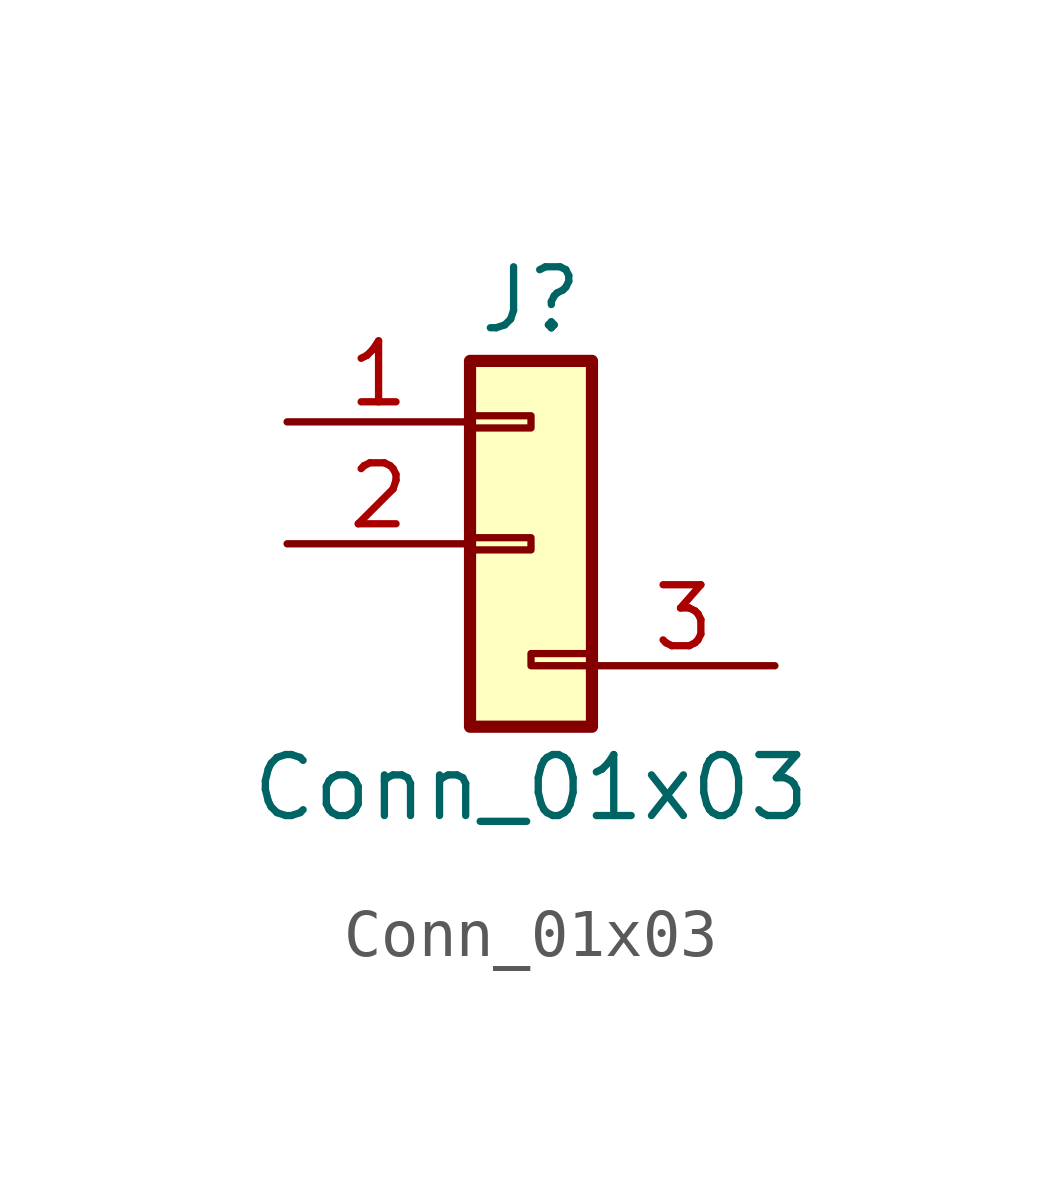
<source format=kicad_sym>
(kicad_symbol_lib
  (version 20220914)
  (generator kicad_symbol_editor)
  (symbol "Conn_01x03"
    (pin_names
      (offset 1.016) hide)
    (property "Reference" "J"
      (at 0 5.08 0)
      (effects (font (size 1.27 1.27))))
    (property "Value" "Conn_01x03"
      (at 0 -5.08 0)
      (effects (font (size 1.27 1.27))))
    (symbol "Conn_01x03_1_1"
      (rectangle (start -1.27 0.127) (end 0 -0.127) (stroke (width 0.152) (type default)) (fill (type none)))
      (rectangle (start -1.27 2.667) (end 0 2.413) (stroke (width 0.152) (type default)) (fill (type none)))
      (rectangle (start -1.27 3.81) (end 1.27 -3.81) (stroke (width 0.254) (type default)) (fill (type background)))
      (rectangle (start 0 -2.54) (end 1.27 -2.286) (stroke (width 0.152) (type default)) (fill (type none)))
      (pin passive line (at -5.08 2.54 0) (length 3.81) (name "Pin_1" (effects (font (size 1.27 1.27)))) (number "1" (effects (font (size 1.27 1.27)))))
      (pin passive line (at -5.08 0 0) (length 3.81) (name "Pin_2" (effects (font (size 1.27 1.27)))) (number "2" (effects (font (size 1.27 1.27)))))
      (pin passive line (at 5.08 -2.54 180) (length 3.81) (name "Pin_3" (effects (font (size 1.27 1.27)))) (number "3" (effects (font (size 1.27 1.27))))))))
</source>
